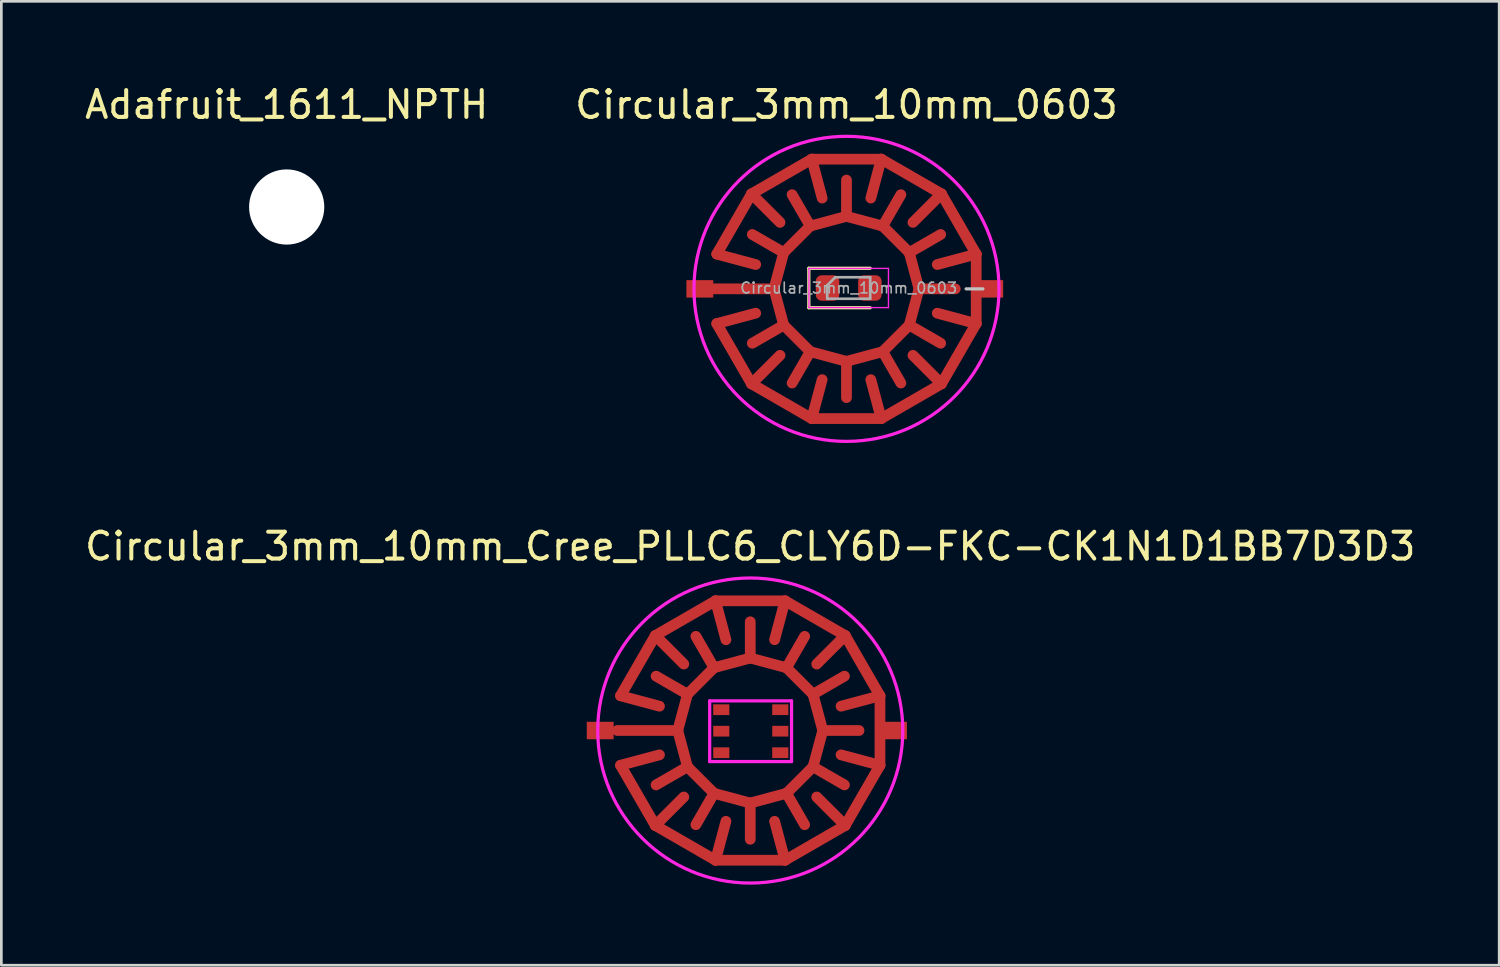
<source format=kicad_pcb>
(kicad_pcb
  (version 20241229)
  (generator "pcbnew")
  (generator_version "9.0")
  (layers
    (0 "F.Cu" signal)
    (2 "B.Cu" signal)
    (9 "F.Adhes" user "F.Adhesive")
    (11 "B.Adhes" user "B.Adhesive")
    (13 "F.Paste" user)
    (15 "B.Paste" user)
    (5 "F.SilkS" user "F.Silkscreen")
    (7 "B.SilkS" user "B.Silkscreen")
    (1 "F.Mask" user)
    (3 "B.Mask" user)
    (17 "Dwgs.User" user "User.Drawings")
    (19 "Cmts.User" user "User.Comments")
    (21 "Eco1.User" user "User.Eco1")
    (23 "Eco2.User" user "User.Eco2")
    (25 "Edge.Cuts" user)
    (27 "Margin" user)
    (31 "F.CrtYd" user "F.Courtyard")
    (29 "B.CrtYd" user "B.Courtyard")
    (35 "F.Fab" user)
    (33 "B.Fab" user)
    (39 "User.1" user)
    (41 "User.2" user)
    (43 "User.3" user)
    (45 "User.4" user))
  (footprint "Circular_3mm_10mm_0603"
    (layer "F.Cu")
    (at 28.47 7.706)
    (property "Reference" "Circular_3mm_10mm_0603" (at 0 -6.858 0) (layer "F.SilkS") (effects (font (size 1 1) (thickness 0.15))))
    (attr through_hole)
    (fp_line (start -4.83 1.294) (end -3.536 3.536) (stroke (width 0.4) (type solid)) (layer "F.Cu"))
    (fp_line (start -3.536 -3.536) (end -4.83 -1.294) (stroke (width 0.4) (type solid)) (layer "F.Cu"))
    (fp_line (start -3.536 3.536) (end -1.294 4.83) (stroke (width 0.4) (type solid)) (layer "F.Cu"))
    (fp_line (start -3.381 -0.906) (end -4.83 -1.294) (stroke (width 0.4) (type solid)) (layer "F.Cu"))
    (fp_line (start -3.381 0.906) (end -4.83 1.294) (stroke (width 0.4) (type solid)) (layer "F.Cu"))
    (fp_line (start -2.7 0) (end -4.95 0) (stroke (width 0.4) (type solid)) (layer "F.Cu"))
    (fp_line (start -2.7 0) (end -2.338 1.35) (stroke (width 0.4) (type solid)) (layer "F.Cu"))
    (fp_line (start -2.475 -2.475) (end -3.536 -3.536) (stroke (width 0.4) (type solid)) (layer "F.Cu"))
    (fp_line (start -2.475 2.475) (end -3.536 3.536) (stroke (width 0.4) (type solid)) (layer "F.Cu"))
    (fp_line (start -2.338 -1.35) (end -3.507 -2.025) (stroke (width 0.4) (type solid)) (layer "F.Cu"))
    (fp_line (start -2.338 -1.35) (end -2.7 0) (stroke (width 0.4) (type solid)) (layer "F.Cu"))
    (fp_line (start -2.338 1.35) (end -3.507 2.025) (stroke (width 0.4) (type solid)) (layer "F.Cu"))
    (fp_line (start -2.338 1.35) (end -1.35 2.338) (stroke (width 0.4) (type solid)) (layer "F.Cu"))
    (fp_line (start -1.35 -2.338) (end -2.338 -1.35) (stroke (width 0.4) (type solid)) (layer "F.Cu"))
    (fp_line (start -1.35 -2.338) (end -2.025 -3.507) (stroke (width 0.4) (type solid)) (layer "F.Cu"))
    (fp_line (start -1.35 2.338) (end -2.025 3.507) (stroke (width 0.4) (type solid)) (layer "F.Cu"))
    (fp_line (start -1.35 2.338) (end 0 2.7) (stroke (width 0.4) (type solid)) (layer "F.Cu"))
    (fp_line (start -1.294 -4.83) (end -3.536 -3.536) (stroke (width 0.4) (type solid)) (layer "F.Cu"))
    (fp_line (start -1.294 4.83) (end 1.294 4.83) (stroke (width 0.4) (type solid)) (layer "F.Cu"))
    (fp_line (start -0.906 -3.381) (end -1.294 -4.83) (stroke (width 0.4) (type solid)) (layer "F.Cu"))
    (fp_line (start -0.906 3.381) (end -1.294 4.83) (stroke (width 0.4) (type solid)) (layer "F.Cu"))
    (fp_line (start 0 -2.7) (end -1.35 -2.338) (stroke (width 0.4) (type solid)) (layer "F.Cu"))
    (fp_line (start 0 -2.7) (end 0 -4.05) (stroke (width 0.4) (type solid)) (layer "F.Cu"))
    (fp_line (start 0 2.7) (end 0 4.05) (stroke (width 0.4) (type solid)) (layer "F.Cu"))
    (fp_line (start 0 2.7) (end 1.35 2.338) (stroke (width 0.4) (type solid)) (layer "F.Cu"))
    (fp_line (start 0.906 -3.381) (end 1.294 -4.83) (stroke (width 0.4) (type solid)) (layer "F.Cu"))
    (fp_line (start 0.906 3.381) (end 1.294 4.83) (stroke (width 0.4) (type solid)) (layer "F.Cu"))
    (fp_line (start 1.294 -4.83) (end -1.294 -4.83) (stroke (width 0.4) (type solid)) (layer "F.Cu"))
    (fp_line (start 1.294 4.83) (end 3.536 3.536) (stroke (width 0.4) (type solid)) (layer "F.Cu"))
    (fp_line (start 1.35 -2.338) (end 0 -2.7) (stroke (width 0.4) (type solid)) (layer "F.Cu"))
    (fp_line (start 1.35 -2.338) (end 2.025 -3.507) (stroke (width 0.4) (type solid)) (layer "F.Cu"))
    (fp_line (start 1.35 2.338) (end 2.025 3.507) (stroke (width 0.4) (type solid)) (layer "F.Cu"))
    (fp_line (start 1.35 2.338) (end 2.338 1.35) (stroke (width 0.4) (type solid)) (layer "F.Cu"))
    (fp_line (start 2.338 -1.35) (end 1.35 -2.338) (stroke (width 0.4) (type solid)) (layer "F.Cu"))
    (fp_line (start 2.338 -1.35) (end 3.507 -2.025) (stroke (width 0.4) (type solid)) (layer "F.Cu"))
    (fp_line (start 2.338 1.35) (end 2.7 0) (stroke (width 0.4) (type solid)) (layer "F.Cu"))
    (fp_line (start 2.338 1.35) (end 3.507 2.025) (stroke (width 0.4) (type solid)) (layer "F.Cu"))
    (fp_line (start 2.475 -2.475) (end 3.536 -3.536) (stroke (width 0.4) (type solid)) (layer "F.Cu"))
    (fp_line (start 2.475 2.475) (end 3.536 3.536) (stroke (width 0.4) (type solid)) (layer "F.Cu"))
    (fp_line (start 2.7 0) (end 2.338 -1.35) (stroke (width 0.4) (type solid)) (layer "F.Cu"))
    (fp_line (start 2.7 0) (end 4.05 0) (stroke (width 0.4) (type solid)) (layer "F.Cu"))
    (fp_line (start 3.381 -0.906) (end 4.83 -1.294) (stroke (width 0.4) (type solid)) (layer "F.Cu"))
    (fp_line (start 3.381 0.906) (end 4.83 1.294) (stroke (width 0.4) (type solid)) (layer "F.Cu"))
    (fp_line (start 3.536 -3.536) (end 1.294 -4.83) (stroke (width 0.4) (type solid)) (layer "F.Cu"))
    (fp_line (start 3.536 3.536) (end 4.83 1.294) (stroke (width 0.4) (type solid)) (layer "F.Cu"))
    (fp_line (start 4.83 -1.294) (end 3.536 -3.536) (stroke (width 0.4) (type solid)) (layer "F.Cu"))
    (fp_line (start 4.83 1.294) (end 4.83 -1.294) (stroke (width 0.4) (type solid)) (layer "F.Cu"))
    (fp_circle (center 0 0) (end -3.8 0) (stroke (width 3) (type solid)) (fill no) (layer "F.Mask"))
    (fp_line (start -1.402 -0.767) (end -1.402 0.703) (stroke (width 0.12) (type solid)) (layer "F.SilkS"))
    (fp_line (start -1.402 0.703) (end 0.883 0.703) (stroke (width 0.12) (type solid)) (layer "F.SilkS"))
    (fp_line (start 0.883 -0.767) (end -1.402 -0.767) (stroke (width 0.12) (type solid)) (layer "F.SilkS"))
    (fp_line (start 4.455 0) (end 5.08 0) (stroke (width 0.12) (type solid)) (layer "Dwgs.User"))
    (fp_line (start -1.397 -0.762) (end 1.563 -0.762) (stroke (width 0.05) (type solid)) (layer "F.CrtYd"))
    (fp_line (start -1.397 0.698) (end -1.397 -0.762) (stroke (width 0.05) (type solid)) (layer "F.CrtYd"))
    (fp_line (start 1.563 -0.762) (end 1.563 0.698) (stroke (width 0.05) (type solid)) (layer "F.CrtYd"))
    (fp_line (start 1.563 0.698) (end -1.397 0.698) (stroke (width 0.05) (type solid)) (layer "F.CrtYd"))
    (fp_circle (center 0 0) (end 5.08 2.54) (stroke (width 0.12) (type solid)) (fill no) (layer "F.CrtYd"))
    (fp_line (start -0.717 -0.132) (end -0.717 0.368) (stroke (width 0.1) (type solid)) (layer "F.Fab"))
    (fp_line (start -0.717 0.368) (end 0.883 0.368) (stroke (width 0.1) (type solid)) (layer "F.Fab"))
    (fp_line (start -0.417 -0.432) (end -0.717 -0.132) (stroke (width 0.1) (type solid)) (layer "F.Fab"))
    (fp_line (start 0.883 -0.432) (end -0.417 -0.432) (stroke (width 0.1) (type solid)) (layer "F.Fab"))
    (fp_line (start 0.883 0.368) (end 0.883 -0.432) (stroke (width 0.1) (type solid)) (layer "F.Fab"))
    (fp_text user "${REFERENCE}" (at 0.083 -0.032 0) (layer "F.Fab") (effects (font (size 0.4 0.4) (thickness 0.06))))
    (pad "1" smd roundrect (at -0.705 -0.032) (size 0.875 0.95) (layers "F.Cu" "F.Mask" "F.Paste") (roundrect_rratio 0.25))
    (pad "2" smd roundrect (at 0.871 -0.032) (size 0.875 0.95) (layers "F.Cu" "F.Mask" "F.Paste") (roundrect_rratio 0.25))
    (pad "3" smd rect (at 5.334 0 90) (size 0.65 1) (layers "F.Cu" "F.Mask" "F.Paste"))
    (pad "4" smd rect (at -5.461 0 180) (size 1 0.65) (layers "F.Cu" "F.Mask" "F.Paste")))
  (footprint "Adafruit_1611_NPTH"
    (layer "F.Cu")
    (at 7.625 4.658)
    (property "Reference" "Adafruit_1611_NPTH" (at 0 -3.81 0) (layer "F.SilkS") (effects (font (size 1 1) (thickness 0.15))))
    (attr through_hole)
    (pad "" np_thru_hole circle (at 0 0) (size 2.8 2.8) (drill 2.8) (layers "*.Cu" "*.Mask")))
  (footprint "Circular_3mm_10mm_Cree_PLLC6_CLY6D-FKC-CK1N1D1BB7D3D3"
    (layer "F.Cu")
    (at 24.887 24.152)
    (property "Reference" "Circular_3mm_10mm_Cree_PLLC6_CLY6D-FKC-CK1N1D1BB7D3D3" (at 0 -6.858 0) (layer "F.SilkS") (effects (font (size 1 1) (thickness 0.15))))
    (attr through_hole)
    (fp_line (start -4.83 1.294) (end -3.536 3.536) (stroke (width 0.4) (type solid)) (layer "F.Cu"))
    (fp_line (start -3.536 -3.536) (end -4.83 -1.294) (stroke (width 0.4) (type solid)) (layer "F.Cu"))
    (fp_line (start -3.536 3.536) (end -1.294 4.83) (stroke (width 0.4) (type solid)) (layer "F.Cu"))
    (fp_line (start -3.381 -0.906) (end -4.83 -1.294) (stroke (width 0.4) (type solid)) (layer "F.Cu"))
    (fp_line (start -3.381 0.906) (end -4.83 1.294) (stroke (width 0.4) (type solid)) (layer "F.Cu"))
    (fp_line (start -2.7 0) (end -4.95 0) (stroke (width 0.4) (type solid)) (layer "F.Cu"))
    (fp_line (start -2.7 0) (end -2.338 1.35) (stroke (width 0.4) (type solid)) (layer "F.Cu"))
    (fp_line (start -2.475 -2.475) (end -3.536 -3.536) (stroke (width 0.4) (type solid)) (layer "F.Cu"))
    (fp_line (start -2.475 2.475) (end -3.536 3.536) (stroke (width 0.4) (type solid)) (layer "F.Cu"))
    (fp_line (start -2.338 -1.35) (end -3.507 -2.025) (stroke (width 0.4) (type solid)) (layer "F.Cu"))
    (fp_line (start -2.338 -1.35) (end -2.7 0) (stroke (width 0.4) (type solid)) (layer "F.Cu"))
    (fp_line (start -2.338 1.35) (end -3.507 2.025) (stroke (width 0.4) (type solid)) (layer "F.Cu"))
    (fp_line (start -2.338 1.35) (end -1.35 2.338) (stroke (width 0.4) (type solid)) (layer "F.Cu"))
    (fp_line (start -1.35 -2.338) (end -2.338 -1.35) (stroke (width 0.4) (type solid)) (layer "F.Cu"))
    (fp_line (start -1.35 -2.338) (end -2.025 -3.507) (stroke (width 0.4) (type solid)) (layer "F.Cu"))
    (fp_line (start -1.35 2.338) (end -2.025 3.507) (stroke (width 0.4) (type solid)) (layer "F.Cu"))
    (fp_line (start -1.35 2.338) (end 0 2.7) (stroke (width 0.4) (type solid)) (layer "F.Cu"))
    (fp_line (start -1.294 -4.83) (end -3.536 -3.536) (stroke (width 0.4) (type solid)) (layer "F.Cu"))
    (fp_line (start -1.294 4.83) (end 1.294 4.83) (stroke (width 0.4) (type solid)) (layer "F.Cu"))
    (fp_line (start -0.906 -3.381) (end -1.294 -4.83) (stroke (width 0.4) (type solid)) (layer "F.Cu"))
    (fp_line (start -0.906 3.381) (end -1.294 4.83) (stroke (width 0.4) (type solid)) (layer "F.Cu"))
    (fp_line (start 0 -2.7) (end -1.35 -2.338) (stroke (width 0.4) (type solid)) (layer "F.Cu"))
    (fp_line (start 0 -2.7) (end 0 -4.05) (stroke (width 0.4) (type solid)) (layer "F.Cu"))
    (fp_line (start 0 2.7) (end 0 4.05) (stroke (width 0.4) (type solid)) (layer "F.Cu"))
    (fp_line (start 0 2.7) (end 1.35 2.338) (stroke (width 0.4) (type solid)) (layer "F.Cu"))
    (fp_line (start 0.906 -3.381) (end 1.294 -4.83) (stroke (width 0.4) (type solid)) (layer "F.Cu"))
    (fp_line (start 0.906 3.381) (end 1.294 4.83) (stroke (width 0.4) (type solid)) (layer "F.Cu"))
    (fp_line (start 1.294 -4.83) (end -1.294 -4.83) (stroke (width 0.4) (type solid)) (layer "F.Cu"))
    (fp_line (start 1.294 4.83) (end 3.536 3.536) (stroke (width 0.4) (type solid)) (layer "F.Cu"))
    (fp_line (start 1.35 -2.338) (end 0 -2.7) (stroke (width 0.4) (type solid)) (layer "F.Cu"))
    (fp_line (start 1.35 -2.338) (end 2.025 -3.507) (stroke (width 0.4) (type solid)) (layer "F.Cu"))
    (fp_line (start 1.35 2.338) (end 2.025 3.507) (stroke (width 0.4) (type solid)) (layer "F.Cu"))
    (fp_line (start 1.35 2.338) (end 2.338 1.35) (stroke (width 0.4) (type solid)) (layer "F.Cu"))
    (fp_line (start 2.338 -1.35) (end 1.35 -2.338) (stroke (width 0.4) (type solid)) (layer "F.Cu"))
    (fp_line (start 2.338 -1.35) (end 3.507 -2.025) (stroke (width 0.4) (type solid)) (layer "F.Cu"))
    (fp_line (start 2.338 1.35) (end 2.7 0) (stroke (width 0.4) (type solid)) (layer "F.Cu"))
    (fp_line (start 2.338 1.35) (end 3.507 2.025) (stroke (width 0.4) (type solid)) (layer "F.Cu"))
    (fp_line (start 2.475 -2.475) (end 3.536 -3.536) (stroke (width 0.4) (type solid)) (layer "F.Cu"))
    (fp_line (start 2.475 2.475) (end 3.536 3.536) (stroke (width 0.4) (type solid)) (layer "F.Cu"))
    (fp_line (start 2.7 0) (end 2.338 -1.35) (stroke (width 0.4) (type solid)) (layer "F.Cu"))
    (fp_line (start 2.7 0) (end 4.05 0) (stroke (width 0.4) (type solid)) (layer "F.Cu"))
    (fp_line (start 3.381 -0.906) (end 4.83 -1.294) (stroke (width 0.4) (type solid)) (layer "F.Cu"))
    (fp_line (start 3.381 0.906) (end 4.83 1.294) (stroke (width 0.4) (type solid)) (layer "F.Cu"))
    (fp_line (start 3.536 -3.536) (end 1.294 -4.83) (stroke (width 0.4) (type solid)) (layer "F.Cu"))
    (fp_line (start 3.536 3.536) (end 4.83 1.294) (stroke (width 0.4) (type solid)) (layer "F.Cu"))
    (fp_line (start 4.83 -1.294) (end 3.536 -3.536) (stroke (width 0.4) (type solid)) (layer "F.Cu"))
    (fp_line (start 4.83 1.294) (end 4.83 -1.294) (stroke (width 0.4) (type solid)) (layer "F.Cu"))
    (fp_circle (center 0 0) (end -3.8 0) (stroke (width 3) (type solid)) (fill no) (layer "F.Mask"))
    (fp_line (start -1.511 -1.105) (end 1.537 -1.105) (stroke (width 0.12) (type solid)) (layer "F.CrtYd"))
    (fp_line (start -1.511 1.156) (end -1.511 -1.105) (stroke (width 0.12) (type solid)) (layer "F.CrtYd"))
    (fp_line (start 1.537 -1.105) (end 1.537 1.156) (stroke (width 0.12) (type solid)) (layer "F.CrtYd"))
    (fp_line (start 1.537 1.156) (end -1.511 1.156) (stroke (width 0.12) (type solid)) (layer "F.CrtYd"))
    (fp_circle (center 0 0) (end 5.08 2.54) (stroke (width 0.12) (type solid)) (fill no) (layer "F.CrtYd"))
    (pad "1" smd rect (at -1.079 -0.775) (size 0.6 0.4) (layers "F.Cu" "F.Mask" "F.Paste"))
    (pad "2" smd rect (at -1.079 0.025) (size 0.6 0.4) (layers "F.Cu" "F.Mask" "F.Paste"))
    (pad "3" smd rect (at -1.079 0.826) (size 0.6 0.4) (layers "F.Cu" "F.Mask" "F.Paste"))
    (pad "4" smd rect (at 1.118 0.826) (size 0.6 0.4) (layers "F.Cu" "F.Mask" "F.Paste"))
    (pad "5" smd rect (at 1.118 0.025) (size 0.6 0.4) (layers "F.Cu" "F.Mask" "F.Paste"))
    (pad "6" smd rect (at 1.118 -0.775) (size 0.6 0.4) (layers "F.Cu" "F.Mask" "F.Paste"))
    (pad "7" smd rect (at -5.588 0 180) (size 1 0.65) (layers "F.Cu" "F.Mask" "F.Paste"))
    (pad "8" smd rect (at 5.334 0 90) (size 0.65 1) (layers "F.Cu" "F.Mask" "F.Paste")))
  (gr_rect
    (start -3 -3)
    (end 52.774 32.892)
    (stroke (width 0.1) (type default))
    (fill no)
    (layer "Edge.Cuts")))
</source>
